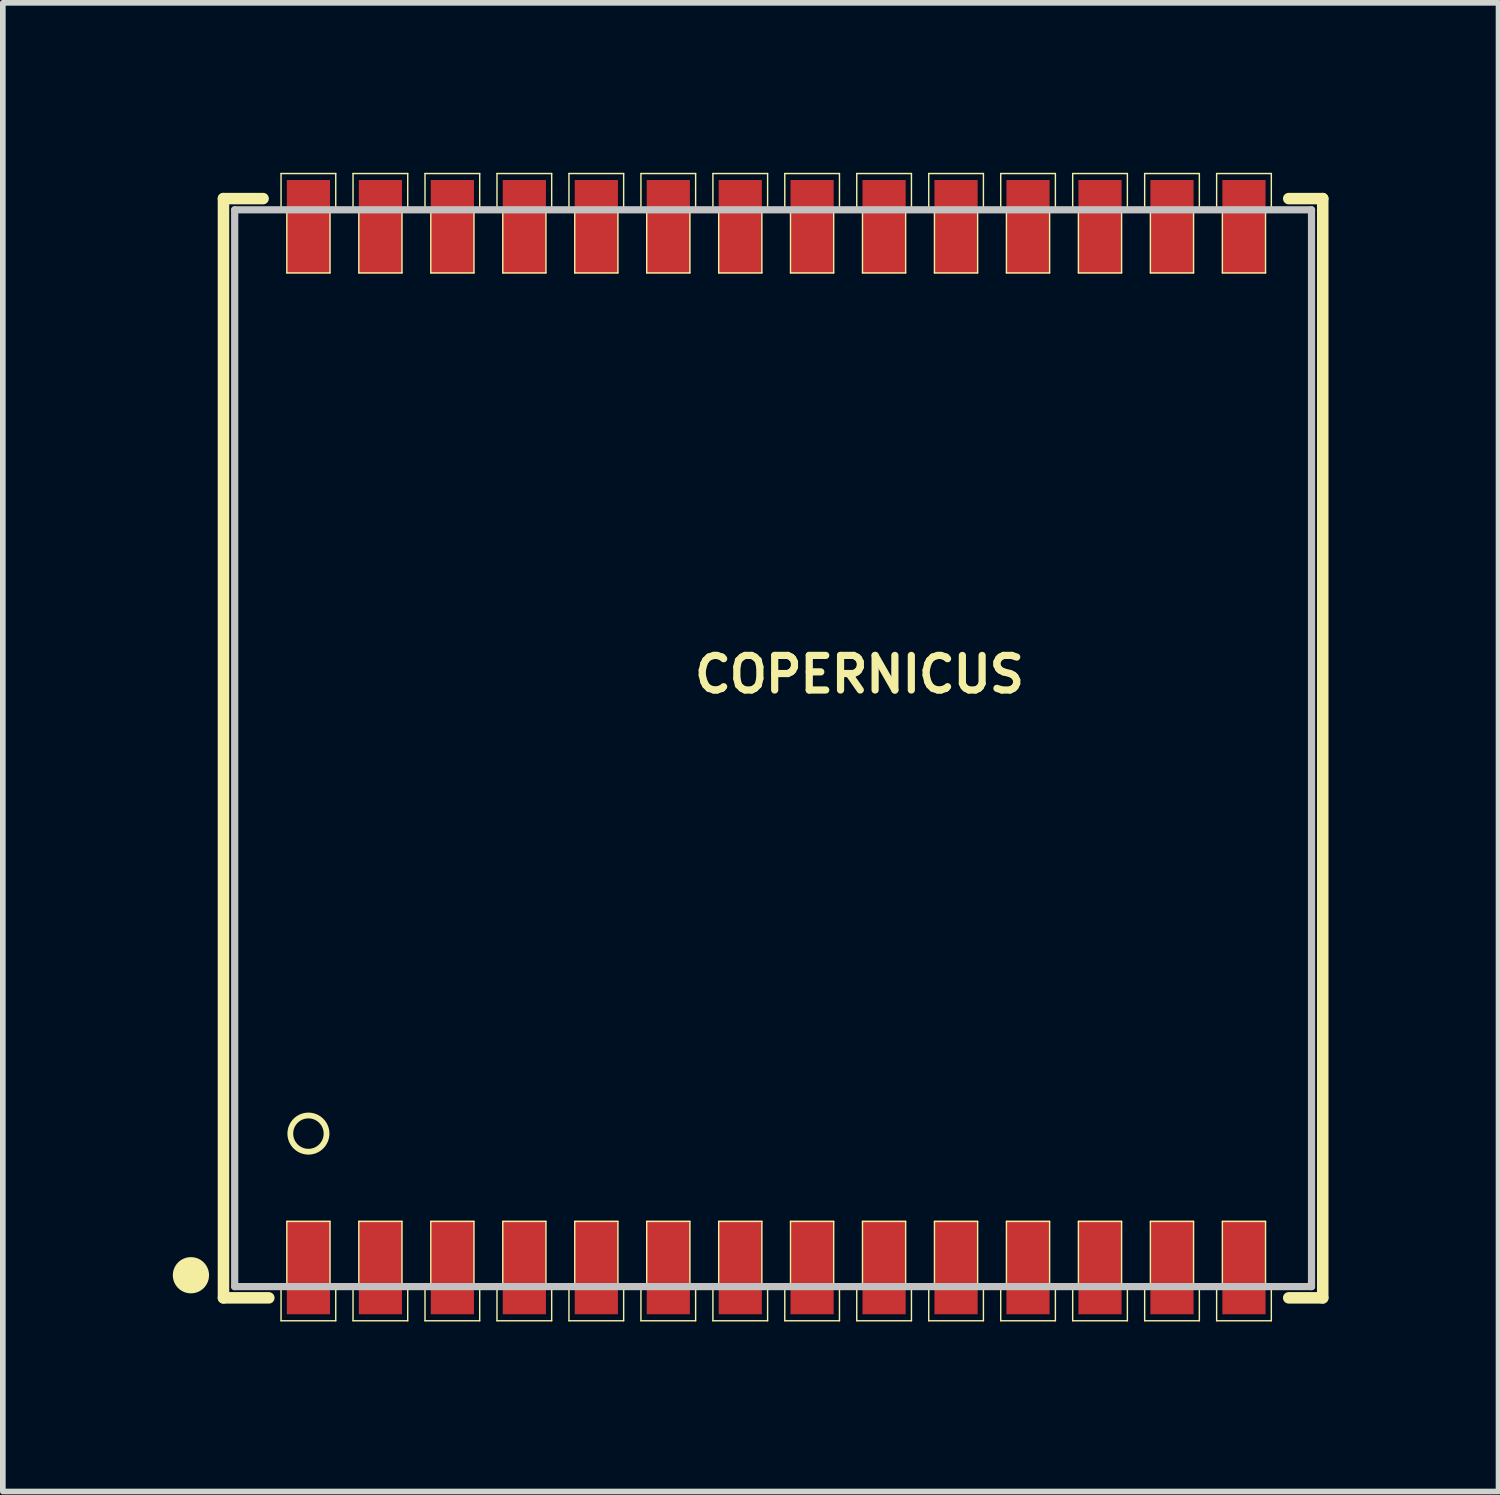
<source format=kicad_pcb>
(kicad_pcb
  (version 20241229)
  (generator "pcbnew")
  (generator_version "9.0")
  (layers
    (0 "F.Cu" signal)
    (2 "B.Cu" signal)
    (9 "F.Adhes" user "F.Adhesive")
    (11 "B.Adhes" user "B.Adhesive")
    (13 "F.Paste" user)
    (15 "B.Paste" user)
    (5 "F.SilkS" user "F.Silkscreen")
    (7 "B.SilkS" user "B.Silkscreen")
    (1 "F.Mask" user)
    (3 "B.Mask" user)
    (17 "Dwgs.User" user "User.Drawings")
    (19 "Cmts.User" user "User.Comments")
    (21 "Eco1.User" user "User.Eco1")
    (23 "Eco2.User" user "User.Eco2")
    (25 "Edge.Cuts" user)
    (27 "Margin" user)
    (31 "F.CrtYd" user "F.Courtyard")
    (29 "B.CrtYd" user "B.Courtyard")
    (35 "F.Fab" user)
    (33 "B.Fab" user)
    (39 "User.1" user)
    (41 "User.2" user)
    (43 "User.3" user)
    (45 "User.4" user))
  (footprint "COPERNICUS"
    (layer "F.Cu")
    (at 10.591 10.152)
    (property "Reference" "COPERNICUS" (at 1.524 -1.303 0) (layer "F.SilkS") (effects (font (size 0.61 0.61) (thickness 0.127))))
    (attr smd)
    (fp_line (start -9.698 -9.698) (end -9.698 9.698) (stroke (width 0.203) (type solid)) (layer "F.SilkS"))
    (fp_line (start -9.698 9.698) (end -8.898 9.698) (stroke (width 0.203) (type solid)) (layer "F.SilkS"))
    (fp_line (start -8.999 -9.698) (end -9.698 -9.698) (stroke (width 0.203) (type solid)) (layer "F.SilkS"))
    (fp_line (start -8.682 -10.14) (end -7.717 -10.14) (stroke (width 0.025) (type solid)) (layer "F.SilkS"))
    (fp_line (start -8.682 -9.53) (end -8.682 -10.14) (stroke (width 0.025) (type solid)) (layer "F.SilkS"))
    (fp_line (start -8.682 9.492) (end -8.58 9.492) (stroke (width 0.025) (type solid)) (layer "F.SilkS"))
    (fp_line (start -8.682 10.102) (end -8.682 9.492) (stroke (width 0.025) (type solid)) (layer "F.SilkS"))
    (fp_line (start -8.58 -9.53) (end -8.682 -9.53) (stroke (width 0.025) (type solid)) (layer "F.SilkS"))
    (fp_line (start -8.58 -8.387) (end -8.58 -9.53) (stroke (width 0.025) (type solid)) (layer "F.SilkS"))
    (fp_line (start -8.58 8.349) (end -7.818 8.349) (stroke (width 0.025) (type solid)) (layer "F.SilkS"))
    (fp_line (start -8.58 9.492) (end -8.58 8.349) (stroke (width 0.025) (type solid)) (layer "F.SilkS"))
    (fp_line (start -7.818 -9.53) (end -7.818 -8.387) (stroke (width 0.025) (type solid)) (layer "F.SilkS"))
    (fp_line (start -7.818 -8.387) (end -8.58 -8.387) (stroke (width 0.025) (type solid)) (layer "F.SilkS"))
    (fp_line (start -7.818 8.349) (end -7.818 9.492) (stroke (width 0.025) (type solid)) (layer "F.SilkS"))
    (fp_line (start -7.818 9.492) (end -7.717 9.492) (stroke (width 0.025) (type solid)) (layer "F.SilkS"))
    (fp_line (start -7.717 -10.14) (end -7.717 -9.53) (stroke (width 0.025) (type solid)) (layer "F.SilkS"))
    (fp_line (start -7.717 -9.53) (end -7.818 -9.53) (stroke (width 0.025) (type solid)) (layer "F.SilkS"))
    (fp_line (start -7.717 9.492) (end -7.717 10.102) (stroke (width 0.025) (type solid)) (layer "F.SilkS"))
    (fp_line (start -7.717 10.102) (end -8.682 10.102) (stroke (width 0.025) (type solid)) (layer "F.SilkS"))
    (fp_line (start -7.412 -10.14) (end -6.447 -10.14) (stroke (width 0.025) (type solid)) (layer "F.SilkS"))
    (fp_line (start -7.412 -9.53) (end -7.412 -10.14) (stroke (width 0.025) (type solid)) (layer "F.SilkS"))
    (fp_line (start -7.412 9.492) (end -7.31 9.492) (stroke (width 0.025) (type solid)) (layer "F.SilkS"))
    (fp_line (start -7.412 10.102) (end -7.412 9.492) (stroke (width 0.025) (type solid)) (layer "F.SilkS"))
    (fp_line (start -7.31 -9.53) (end -7.412 -9.53) (stroke (width 0.025) (type solid)) (layer "F.SilkS"))
    (fp_line (start -7.31 -8.387) (end -7.31 -9.53) (stroke (width 0.025) (type solid)) (layer "F.SilkS"))
    (fp_line (start -7.31 8.349) (end -6.548 8.349) (stroke (width 0.025) (type solid)) (layer "F.SilkS"))
    (fp_line (start -7.31 9.492) (end -7.31 8.349) (stroke (width 0.025) (type solid)) (layer "F.SilkS"))
    (fp_line (start -6.548 -9.53) (end -6.548 -8.387) (stroke (width 0.025) (type solid)) (layer "F.SilkS"))
    (fp_line (start -6.548 -8.387) (end -7.31 -8.387) (stroke (width 0.025) (type solid)) (layer "F.SilkS"))
    (fp_line (start -6.548 8.349) (end -6.548 9.492) (stroke (width 0.025) (type solid)) (layer "F.SilkS"))
    (fp_line (start -6.548 9.492) (end -6.447 9.492) (stroke (width 0.025) (type solid)) (layer "F.SilkS"))
    (fp_line (start -6.447 -10.14) (end -6.447 -9.53) (stroke (width 0.025) (type solid)) (layer "F.SilkS"))
    (fp_line (start -6.447 -9.53) (end -6.548 -9.53) (stroke (width 0.025) (type solid)) (layer "F.SilkS"))
    (fp_line (start -6.447 9.492) (end -6.447 10.102) (stroke (width 0.025) (type solid)) (layer "F.SilkS"))
    (fp_line (start -6.447 10.102) (end -7.412 10.102) (stroke (width 0.025) (type solid)) (layer "F.SilkS"))
    (fp_line (start -6.142 -10.14) (end -5.177 -10.14) (stroke (width 0.025) (type solid)) (layer "F.SilkS"))
    (fp_line (start -6.142 -9.53) (end -6.142 -10.14) (stroke (width 0.025) (type solid)) (layer "F.SilkS"))
    (fp_line (start -6.142 9.492) (end -6.04 9.492) (stroke (width 0.025) (type solid)) (layer "F.SilkS"))
    (fp_line (start -6.142 10.102) (end -6.142 9.492) (stroke (width 0.025) (type solid)) (layer "F.SilkS"))
    (fp_line (start -6.04 -9.53) (end -6.142 -9.53) (stroke (width 0.025) (type solid)) (layer "F.SilkS"))
    (fp_line (start -6.04 -8.387) (end -6.04 -9.53) (stroke (width 0.025) (type solid)) (layer "F.SilkS"))
    (fp_line (start -6.04 8.349) (end -5.278 8.349) (stroke (width 0.025) (type solid)) (layer "F.SilkS"))
    (fp_line (start -6.04 9.492) (end -6.04 8.349) (stroke (width 0.025) (type solid)) (layer "F.SilkS"))
    (fp_line (start -5.278 -9.53) (end -5.278 -8.387) (stroke (width 0.025) (type solid)) (layer "F.SilkS"))
    (fp_line (start -5.278 -8.387) (end -6.04 -8.387) (stroke (width 0.025) (type solid)) (layer "F.SilkS"))
    (fp_line (start -5.278 8.349) (end -5.278 9.492) (stroke (width 0.025) (type solid)) (layer "F.SilkS"))
    (fp_line (start -5.278 9.492) (end -5.177 9.492) (stroke (width 0.025) (type solid)) (layer "F.SilkS"))
    (fp_line (start -5.177 -10.14) (end -5.177 -9.53) (stroke (width 0.025) (type solid)) (layer "F.SilkS"))
    (fp_line (start -5.177 -9.53) (end -5.278 -9.53) (stroke (width 0.025) (type solid)) (layer "F.SilkS"))
    (fp_line (start -5.177 9.492) (end -5.177 10.102) (stroke (width 0.025) (type solid)) (layer "F.SilkS"))
    (fp_line (start -5.177 10.102) (end -6.142 10.102) (stroke (width 0.025) (type solid)) (layer "F.SilkS"))
    (fp_line (start -4.872 -10.14) (end -3.907 -10.14) (stroke (width 0.025) (type solid)) (layer "F.SilkS"))
    (fp_line (start -4.872 -9.53) (end -4.872 -10.14) (stroke (width 0.025) (type solid)) (layer "F.SilkS"))
    (fp_line (start -4.872 9.492) (end -4.77 9.492) (stroke (width 0.025) (type solid)) (layer "F.SilkS"))
    (fp_line (start -4.872 10.102) (end -4.872 9.492) (stroke (width 0.025) (type solid)) (layer "F.SilkS"))
    (fp_line (start -4.77 -9.53) (end -4.872 -9.53) (stroke (width 0.025) (type solid)) (layer "F.SilkS"))
    (fp_line (start -4.77 -8.387) (end -4.77 -9.53) (stroke (width 0.025) (type solid)) (layer "F.SilkS"))
    (fp_line (start -4.77 8.349) (end -4.008 8.349) (stroke (width 0.025) (type solid)) (layer "F.SilkS"))
    (fp_line (start -4.77 9.492) (end -4.77 8.349) (stroke (width 0.025) (type solid)) (layer "F.SilkS"))
    (fp_line (start -4.008 -9.53) (end -4.008 -8.387) (stroke (width 0.025) (type solid)) (layer "F.SilkS"))
    (fp_line (start -4.008 -8.387) (end -4.77 -8.387) (stroke (width 0.025) (type solid)) (layer "F.SilkS"))
    (fp_line (start -4.008 8.349) (end -4.008 9.492) (stroke (width 0.025) (type solid)) (layer "F.SilkS"))
    (fp_line (start -4.008 9.492) (end -3.907 9.492) (stroke (width 0.025) (type solid)) (layer "F.SilkS"))
    (fp_line (start -3.907 -10.14) (end -3.907 -9.53) (stroke (width 0.025) (type solid)) (layer "F.SilkS"))
    (fp_line (start -3.907 -9.53) (end -4.008 -9.53) (stroke (width 0.025) (type solid)) (layer "F.SilkS"))
    (fp_line (start -3.907 9.492) (end -3.907 10.102) (stroke (width 0.025) (type solid)) (layer "F.SilkS"))
    (fp_line (start -3.907 10.102) (end -4.872 10.102) (stroke (width 0.025) (type solid)) (layer "F.SilkS"))
    (fp_line (start -3.602 -10.14) (end -2.637 -10.14) (stroke (width 0.025) (type solid)) (layer "F.SilkS"))
    (fp_line (start -3.602 -9.53) (end -3.602 -10.14) (stroke (width 0.025) (type solid)) (layer "F.SilkS"))
    (fp_line (start -3.602 9.492) (end -3.5 9.492) (stroke (width 0.025) (type solid)) (layer "F.SilkS"))
    (fp_line (start -3.602 10.102) (end -3.602 9.492) (stroke (width 0.025) (type solid)) (layer "F.SilkS"))
    (fp_line (start -3.5 -9.53) (end -3.602 -9.53) (stroke (width 0.025) (type solid)) (layer "F.SilkS"))
    (fp_line (start -3.5 -8.387) (end -3.5 -9.53) (stroke (width 0.025) (type solid)) (layer "F.SilkS"))
    (fp_line (start -3.5 8.349) (end -2.738 8.349) (stroke (width 0.025) (type solid)) (layer "F.SilkS"))
    (fp_line (start -3.5 9.492) (end -3.5 8.349) (stroke (width 0.025) (type solid)) (layer "F.SilkS"))
    (fp_line (start -2.738 -9.53) (end -2.738 -8.387) (stroke (width 0.025) (type solid)) (layer "F.SilkS"))
    (fp_line (start -2.738 -8.387) (end -3.5 -8.387) (stroke (width 0.025) (type solid)) (layer "F.SilkS"))
    (fp_line (start -2.738 8.349) (end -2.738 9.492) (stroke (width 0.025) (type solid)) (layer "F.SilkS"))
    (fp_line (start -2.738 9.492) (end -2.637 9.492) (stroke (width 0.025) (type solid)) (layer "F.SilkS"))
    (fp_line (start -2.637 -10.14) (end -2.637 -9.53) (stroke (width 0.025) (type solid)) (layer "F.SilkS"))
    (fp_line (start -2.637 -9.53) (end -2.738 -9.53) (stroke (width 0.025) (type solid)) (layer "F.SilkS"))
    (fp_line (start -2.637 9.492) (end -2.637 10.102) (stroke (width 0.025) (type solid)) (layer "F.SilkS"))
    (fp_line (start -2.637 10.102) (end -3.602 10.102) (stroke (width 0.025) (type solid)) (layer "F.SilkS"))
    (fp_line (start -2.332 -10.14) (end -1.367 -10.14) (stroke (width 0.025) (type solid)) (layer "F.SilkS"))
    (fp_line (start -2.332 -9.53) (end -2.332 -10.14) (stroke (width 0.025) (type solid)) (layer "F.SilkS"))
    (fp_line (start -2.332 9.492) (end -2.23 9.492) (stroke (width 0.025) (type solid)) (layer "F.SilkS"))
    (fp_line (start -2.332 10.102) (end -2.332 9.492) (stroke (width 0.025) (type solid)) (layer "F.SilkS"))
    (fp_line (start -2.23 -9.53) (end -2.332 -9.53) (stroke (width 0.025) (type solid)) (layer "F.SilkS"))
    (fp_line (start -2.23 -8.387) (end -2.23 -9.53) (stroke (width 0.025) (type solid)) (layer "F.SilkS"))
    (fp_line (start -2.23 8.349) (end -1.468 8.349) (stroke (width 0.025) (type solid)) (layer "F.SilkS"))
    (fp_line (start -2.23 9.492) (end -2.23 8.349) (stroke (width 0.025) (type solid)) (layer "F.SilkS"))
    (fp_line (start -1.468 -9.53) (end -1.468 -8.387) (stroke (width 0.025) (type solid)) (layer "F.SilkS"))
    (fp_line (start -1.468 -8.387) (end -2.23 -8.387) (stroke (width 0.025) (type solid)) (layer "F.SilkS"))
    (fp_line (start -1.468 8.349) (end -1.468 9.492) (stroke (width 0.025) (type solid)) (layer "F.SilkS"))
    (fp_line (start -1.468 9.492) (end -1.367 9.492) (stroke (width 0.025) (type solid)) (layer "F.SilkS"))
    (fp_line (start -1.367 -10.14) (end -1.367 -9.53) (stroke (width 0.025) (type solid)) (layer "F.SilkS"))
    (fp_line (start -1.367 -9.53) (end -1.468 -9.53) (stroke (width 0.025) (type solid)) (layer "F.SilkS"))
    (fp_line (start -1.367 9.492) (end -1.367 10.102) (stroke (width 0.025) (type solid)) (layer "F.SilkS"))
    (fp_line (start -1.367 10.102) (end -2.332 10.102) (stroke (width 0.025) (type solid)) (layer "F.SilkS"))
    (fp_line (start -1.062 -10.14) (end -0.097 -10.14) (stroke (width 0.025) (type solid)) (layer "F.SilkS"))
    (fp_line (start -1.062 -9.53) (end -1.062 -10.14) (stroke (width 0.025) (type solid)) (layer "F.SilkS"))
    (fp_line (start -1.062 9.492) (end -0.96 9.492) (stroke (width 0.025) (type solid)) (layer "F.SilkS"))
    (fp_line (start -1.062 10.102) (end -1.062 9.492) (stroke (width 0.025) (type solid)) (layer "F.SilkS"))
    (fp_line (start -0.96 -9.53) (end -1.062 -9.53) (stroke (width 0.025) (type solid)) (layer "F.SilkS"))
    (fp_line (start -0.96 -8.387) (end -0.96 -9.53) (stroke (width 0.025) (type solid)) (layer "F.SilkS"))
    (fp_line (start -0.96 8.349) (end -0.198 8.349) (stroke (width 0.025) (type solid)) (layer "F.SilkS"))
    (fp_line (start -0.96 9.492) (end -0.96 8.349) (stroke (width 0.025) (type solid)) (layer "F.SilkS"))
    (fp_line (start -0.198 -9.53) (end -0.198 -8.387) (stroke (width 0.025) (type solid)) (layer "F.SilkS"))
    (fp_line (start -0.198 -8.387) (end -0.96 -8.387) (stroke (width 0.025) (type solid)) (layer "F.SilkS"))
    (fp_line (start -0.198 8.349) (end -0.198 9.492) (stroke (width 0.025) (type solid)) (layer "F.SilkS"))
    (fp_line (start -0.198 9.492) (end -0.097 9.492) (stroke (width 0.025) (type solid)) (layer "F.SilkS"))
    (fp_line (start -0.097 -10.14) (end -0.097 -9.53) (stroke (width 0.025) (type solid)) (layer "F.SilkS"))
    (fp_line (start -0.097 -9.53) (end -0.198 -9.53) (stroke (width 0.025) (type solid)) (layer "F.SilkS"))
    (fp_line (start -0.097 9.492) (end -0.097 10.102) (stroke (width 0.025) (type solid)) (layer "F.SilkS"))
    (fp_line (start -0.097 10.102) (end -1.062 10.102) (stroke (width 0.025) (type solid)) (layer "F.SilkS"))
    (fp_line (start 0.206 -10.14) (end 1.171 -10.14) (stroke (width 0.025) (type solid)) (layer "F.SilkS"))
    (fp_line (start 0.206 -9.53) (end 0.206 -10.14) (stroke (width 0.025) (type solid)) (layer "F.SilkS"))
    (fp_line (start 0.206 9.492) (end 0.307 9.492) (stroke (width 0.025) (type solid)) (layer "F.SilkS"))
    (fp_line (start 0.206 10.102) (end 0.206 9.492) (stroke (width 0.025) (type solid)) (layer "F.SilkS"))
    (fp_line (start 0.307 -9.53) (end 0.206 -9.53) (stroke (width 0.025) (type solid)) (layer "F.SilkS"))
    (fp_line (start 0.307 -8.387) (end 0.307 -9.53) (stroke (width 0.025) (type solid)) (layer "F.SilkS"))
    (fp_line (start 0.307 8.349) (end 1.069 8.349) (stroke (width 0.025) (type solid)) (layer "F.SilkS"))
    (fp_line (start 0.307 9.492) (end 0.307 8.349) (stroke (width 0.025) (type solid)) (layer "F.SilkS"))
    (fp_line (start 1.069 -9.53) (end 1.069 -8.387) (stroke (width 0.025) (type solid)) (layer "F.SilkS"))
    (fp_line (start 1.069 -8.387) (end 0.307 -8.387) (stroke (width 0.025) (type solid)) (layer "F.SilkS"))
    (fp_line (start 1.069 8.349) (end 1.069 9.492) (stroke (width 0.025) (type solid)) (layer "F.SilkS"))
    (fp_line (start 1.069 9.492) (end 1.171 9.492) (stroke (width 0.025) (type solid)) (layer "F.SilkS"))
    (fp_line (start 1.171 -10.14) (end 1.171 -9.53) (stroke (width 0.025) (type solid)) (layer "F.SilkS"))
    (fp_line (start 1.171 -9.53) (end 1.069 -9.53) (stroke (width 0.025) (type solid)) (layer "F.SilkS"))
    (fp_line (start 1.171 9.492) (end 1.171 10.102) (stroke (width 0.025) (type solid)) (layer "F.SilkS"))
    (fp_line (start 1.171 10.102) (end 0.206 10.102) (stroke (width 0.025) (type solid)) (layer "F.SilkS"))
    (fp_line (start 1.476 -10.14) (end 2.441 -10.14) (stroke (width 0.025) (type solid)) (layer "F.SilkS"))
    (fp_line (start 1.476 -9.53) (end 1.476 -10.14) (stroke (width 0.025) (type solid)) (layer "F.SilkS"))
    (fp_line (start 1.476 9.492) (end 1.577 9.492) (stroke (width 0.025) (type solid)) (layer "F.SilkS"))
    (fp_line (start 1.476 10.102) (end 1.476 9.492) (stroke (width 0.025) (type solid)) (layer "F.SilkS"))
    (fp_line (start 1.577 -9.53) (end 1.476 -9.53) (stroke (width 0.025) (type solid)) (layer "F.SilkS"))
    (fp_line (start 1.577 -8.387) (end 1.577 -9.53) (stroke (width 0.025) (type solid)) (layer "F.SilkS"))
    (fp_line (start 1.577 8.349) (end 2.339 8.349) (stroke (width 0.025) (type solid)) (layer "F.SilkS"))
    (fp_line (start 1.577 9.492) (end 1.577 8.349) (stroke (width 0.025) (type solid)) (layer "F.SilkS"))
    (fp_line (start 2.339 -9.53) (end 2.339 -8.387) (stroke (width 0.025) (type solid)) (layer "F.SilkS"))
    (fp_line (start 2.339 -8.387) (end 1.577 -8.387) (stroke (width 0.025) (type solid)) (layer "F.SilkS"))
    (fp_line (start 2.339 8.349) (end 2.339 9.492) (stroke (width 0.025) (type solid)) (layer "F.SilkS"))
    (fp_line (start 2.339 9.492) (end 2.441 9.492) (stroke (width 0.025) (type solid)) (layer "F.SilkS"))
    (fp_line (start 2.441 -10.14) (end 2.441 -9.53) (stroke (width 0.025) (type solid)) (layer "F.SilkS"))
    (fp_line (start 2.441 -9.53) (end 2.339 -9.53) (stroke (width 0.025) (type solid)) (layer "F.SilkS"))
    (fp_line (start 2.441 9.492) (end 2.441 10.102) (stroke (width 0.025) (type solid)) (layer "F.SilkS"))
    (fp_line (start 2.441 10.102) (end 1.476 10.102) (stroke (width 0.025) (type solid)) (layer "F.SilkS"))
    (fp_line (start 2.746 -10.14) (end 3.711 -10.14) (stroke (width 0.025) (type solid)) (layer "F.SilkS"))
    (fp_line (start 2.746 -9.53) (end 2.746 -10.14) (stroke (width 0.025) (type solid)) (layer "F.SilkS"))
    (fp_line (start 2.746 9.492) (end 2.847 9.492) (stroke (width 0.025) (type solid)) (layer "F.SilkS"))
    (fp_line (start 2.746 10.102) (end 2.746 9.492) (stroke (width 0.025) (type solid)) (layer "F.SilkS"))
    (fp_line (start 2.847 -9.53) (end 2.746 -9.53) (stroke (width 0.025) (type solid)) (layer "F.SilkS"))
    (fp_line (start 2.847 -8.387) (end 2.847 -9.53) (stroke (width 0.025) (type solid)) (layer "F.SilkS"))
    (fp_line (start 2.847 8.349) (end 3.609 8.349) (stroke (width 0.025) (type solid)) (layer "F.SilkS"))
    (fp_line (start 2.847 9.492) (end 2.847 8.349) (stroke (width 0.025) (type solid)) (layer "F.SilkS"))
    (fp_line (start 3.609 -9.53) (end 3.609 -8.387) (stroke (width 0.025) (type solid)) (layer "F.SilkS"))
    (fp_line (start 3.609 -8.387) (end 2.847 -8.387) (stroke (width 0.025) (type solid)) (layer "F.SilkS"))
    (fp_line (start 3.609 8.349) (end 3.609 9.492) (stroke (width 0.025) (type solid)) (layer "F.SilkS"))
    (fp_line (start 3.609 9.492) (end 3.711 9.492) (stroke (width 0.025) (type solid)) (layer "F.SilkS"))
    (fp_line (start 3.711 -10.14) (end 3.711 -9.53) (stroke (width 0.025) (type solid)) (layer "F.SilkS"))
    (fp_line (start 3.711 -9.53) (end 3.609 -9.53) (stroke (width 0.025) (type solid)) (layer "F.SilkS"))
    (fp_line (start 3.711 9.492) (end 3.711 10.102) (stroke (width 0.025) (type solid)) (layer "F.SilkS"))
    (fp_line (start 3.711 10.102) (end 2.746 10.102) (stroke (width 0.025) (type solid)) (layer "F.SilkS"))
    (fp_line (start 4.016 -10.14) (end 4.981 -10.14) (stroke (width 0.025) (type solid)) (layer "F.SilkS"))
    (fp_line (start 4.016 -9.53) (end 4.016 -10.14) (stroke (width 0.025) (type solid)) (layer "F.SilkS"))
    (fp_line (start 4.016 9.492) (end 4.117 9.492) (stroke (width 0.025) (type solid)) (layer "F.SilkS"))
    (fp_line (start 4.016 10.102) (end 4.016 9.492) (stroke (width 0.025) (type solid)) (layer "F.SilkS"))
    (fp_line (start 4.117 -9.53) (end 4.016 -9.53) (stroke (width 0.025) (type solid)) (layer "F.SilkS"))
    (fp_line (start 4.117 -8.387) (end 4.117 -9.53) (stroke (width 0.025) (type solid)) (layer "F.SilkS"))
    (fp_line (start 4.117 8.349) (end 4.879 8.349) (stroke (width 0.025) (type solid)) (layer "F.SilkS"))
    (fp_line (start 4.117 9.492) (end 4.117 8.349) (stroke (width 0.025) (type solid)) (layer "F.SilkS"))
    (fp_line (start 4.879 -9.53) (end 4.879 -8.387) (stroke (width 0.025) (type solid)) (layer "F.SilkS"))
    (fp_line (start 4.879 -8.387) (end 4.117 -8.387) (stroke (width 0.025) (type solid)) (layer "F.SilkS"))
    (fp_line (start 4.879 8.349) (end 4.879 9.492) (stroke (width 0.025) (type solid)) (layer "F.SilkS"))
    (fp_line (start 4.879 9.492) (end 4.981 9.492) (stroke (width 0.025) (type solid)) (layer "F.SilkS"))
    (fp_line (start 4.981 -10.14) (end 4.981 -9.53) (stroke (width 0.025) (type solid)) (layer "F.SilkS"))
    (fp_line (start 4.981 -9.53) (end 4.879 -9.53) (stroke (width 0.025) (type solid)) (layer "F.SilkS"))
    (fp_line (start 4.981 9.492) (end 4.981 10.102) (stroke (width 0.025) (type solid)) (layer "F.SilkS"))
    (fp_line (start 4.981 10.102) (end 4.016 10.102) (stroke (width 0.025) (type solid)) (layer "F.SilkS"))
    (fp_line (start 5.286 -10.14) (end 6.251 -10.14) (stroke (width 0.025) (type solid)) (layer "F.SilkS"))
    (fp_line (start 5.286 -9.53) (end 5.286 -10.14) (stroke (width 0.025) (type solid)) (layer "F.SilkS"))
    (fp_line (start 5.286 9.492) (end 5.387 9.492) (stroke (width 0.025) (type solid)) (layer "F.SilkS"))
    (fp_line (start 5.286 10.102) (end 5.286 9.492) (stroke (width 0.025) (type solid)) (layer "F.SilkS"))
    (fp_line (start 5.387 -9.53) (end 5.286 -9.53) (stroke (width 0.025) (type solid)) (layer "F.SilkS"))
    (fp_line (start 5.387 -8.387) (end 5.387 -9.53) (stroke (width 0.025) (type solid)) (layer "F.SilkS"))
    (fp_line (start 5.387 8.349) (end 6.149 8.349) (stroke (width 0.025) (type solid)) (layer "F.SilkS"))
    (fp_line (start 5.387 9.492) (end 5.387 8.349) (stroke (width 0.025) (type solid)) (layer "F.SilkS"))
    (fp_line (start 6.149 -9.53) (end 6.149 -8.387) (stroke (width 0.025) (type solid)) (layer "F.SilkS"))
    (fp_line (start 6.149 -8.387) (end 5.387 -8.387) (stroke (width 0.025) (type solid)) (layer "F.SilkS"))
    (fp_line (start 6.149 8.349) (end 6.149 9.492) (stroke (width 0.025) (type solid)) (layer "F.SilkS"))
    (fp_line (start 6.149 9.492) (end 6.251 9.492) (stroke (width 0.025) (type solid)) (layer "F.SilkS"))
    (fp_line (start 6.251 -10.14) (end 6.251 -9.53) (stroke (width 0.025) (type solid)) (layer "F.SilkS"))
    (fp_line (start 6.251 -9.53) (end 6.149 -9.53) (stroke (width 0.025) (type solid)) (layer "F.SilkS"))
    (fp_line (start 6.251 9.492) (end 6.251 10.102) (stroke (width 0.025) (type solid)) (layer "F.SilkS"))
    (fp_line (start 6.251 10.102) (end 5.286 10.102) (stroke (width 0.025) (type solid)) (layer "F.SilkS"))
    (fp_line (start 6.556 -10.14) (end 7.521 -10.14) (stroke (width 0.025) (type solid)) (layer "F.SilkS"))
    (fp_line (start 6.556 -9.53) (end 6.556 -10.14) (stroke (width 0.025) (type solid)) (layer "F.SilkS"))
    (fp_line (start 6.556 9.492) (end 6.657 9.492) (stroke (width 0.025) (type solid)) (layer "F.SilkS"))
    (fp_line (start 6.556 10.102) (end 6.556 9.492) (stroke (width 0.025) (type solid)) (layer "F.SilkS"))
    (fp_line (start 6.657 -9.53) (end 6.556 -9.53) (stroke (width 0.025) (type solid)) (layer "F.SilkS"))
    (fp_line (start 6.657 -8.387) (end 6.657 -9.53) (stroke (width 0.025) (type solid)) (layer "F.SilkS"))
    (fp_line (start 6.657 8.349) (end 7.419 8.349) (stroke (width 0.025) (type solid)) (layer "F.SilkS"))
    (fp_line (start 6.657 9.492) (end 6.657 8.349) (stroke (width 0.025) (type solid)) (layer "F.SilkS"))
    (fp_line (start 7.419 -9.53) (end 7.419 -8.387) (stroke (width 0.025) (type solid)) (layer "F.SilkS"))
    (fp_line (start 7.419 -8.387) (end 6.657 -8.387) (stroke (width 0.025) (type solid)) (layer "F.SilkS"))
    (fp_line (start 7.419 8.349) (end 7.419 9.492) (stroke (width 0.025) (type solid)) (layer "F.SilkS"))
    (fp_line (start 7.419 9.492) (end 7.521 9.492) (stroke (width 0.025) (type solid)) (layer "F.SilkS"))
    (fp_line (start 7.521 -10.14) (end 7.521 -9.53) (stroke (width 0.025) (type solid)) (layer "F.SilkS"))
    (fp_line (start 7.521 -9.53) (end 7.419 -9.53) (stroke (width 0.025) (type solid)) (layer "F.SilkS"))
    (fp_line (start 7.521 9.492) (end 7.521 10.102) (stroke (width 0.025) (type solid)) (layer "F.SilkS"))
    (fp_line (start 7.521 10.102) (end 6.556 10.102) (stroke (width 0.025) (type solid)) (layer "F.SilkS"))
    (fp_line (start 7.826 -10.14) (end 8.791 -10.14) (stroke (width 0.025) (type solid)) (layer "F.SilkS"))
    (fp_line (start 7.826 -9.53) (end 7.826 -10.14) (stroke (width 0.025) (type solid)) (layer "F.SilkS"))
    (fp_line (start 7.826 9.492) (end 7.927 9.492) (stroke (width 0.025) (type solid)) (layer "F.SilkS"))
    (fp_line (start 7.826 10.102) (end 7.826 9.492) (stroke (width 0.025) (type solid)) (layer "F.SilkS"))
    (fp_line (start 7.927 -9.53) (end 7.826 -9.53) (stroke (width 0.025) (type solid)) (layer "F.SilkS"))
    (fp_line (start 7.927 -8.387) (end 7.927 -9.53) (stroke (width 0.025) (type solid)) (layer "F.SilkS"))
    (fp_line (start 7.927 8.349) (end 8.689 8.349) (stroke (width 0.025) (type solid)) (layer "F.SilkS"))
    (fp_line (start 7.927 9.492) (end 7.927 8.349) (stroke (width 0.025) (type solid)) (layer "F.SilkS"))
    (fp_line (start 8.689 -9.53) (end 8.689 -8.387) (stroke (width 0.025) (type solid)) (layer "F.SilkS"))
    (fp_line (start 8.689 -8.387) (end 7.927 -8.387) (stroke (width 0.025) (type solid)) (layer "F.SilkS"))
    (fp_line (start 8.689 8.349) (end 8.689 9.492) (stroke (width 0.025) (type solid)) (layer "F.SilkS"))
    (fp_line (start 8.689 9.492) (end 8.791 9.492) (stroke (width 0.025) (type solid)) (layer "F.SilkS"))
    (fp_line (start 8.791 -10.14) (end 8.791 -9.53) (stroke (width 0.025) (type solid)) (layer "F.SilkS"))
    (fp_line (start 8.791 -9.53) (end 8.689 -9.53) (stroke (width 0.025) (type solid)) (layer "F.SilkS"))
    (fp_line (start 8.791 9.492) (end 8.791 10.102) (stroke (width 0.025) (type solid)) (layer "F.SilkS"))
    (fp_line (start 8.791 10.102) (end 7.826 10.102) (stroke (width 0.025) (type solid)) (layer "F.SilkS"))
    (fp_line (start 9.098 9.698) (end 9.698 9.698) (stroke (width 0.203) (type solid)) (layer "F.SilkS"))
    (fp_line (start 9.698 -9.698) (end 9.098 -9.698) (stroke (width 0.203) (type solid)) (layer "F.SilkS"))
    (fp_line (start 9.698 -9.698) (end 9.698 9.698) (stroke (width 0.203) (type solid)) (layer "F.SilkS"))
    (fp_circle (center -10.272 9.299) (end -10.498 9.525) (stroke (width 0) (type solid)) (fill yes) (layer "F.SilkS"))
    (fp_circle (center -8.199 6.8) (end -8.425 7.026) (stroke (width 0.102) (type solid)) (fill no) (layer "F.SilkS"))
    (fp_line (start -9.5 -9.5) (end -9.5 9.5) (stroke (width 0.127) (type solid)) (layer "Dwgs.User"))
    (fp_line (start -9.5 -9.5) (end 9.5 -9.5) (stroke (width 0.127) (type solid)) (layer "Dwgs.User"))
    (fp_line (start -9.5 9.5) (end 9.5 9.5) (stroke (width 0.127) (type solid)) (layer "Dwgs.User"))
    (fp_line (start 9.5 -9.5) (end 9.5 9.5) (stroke (width 0.127) (type solid)) (layer "Dwgs.User"))
    (pad "1" smd rect (at -8.199 9.162 180) (size 0.762 1.651) (layers "F.Cu" "F.Mask" "F.Paste"))
    (pad "2" smd rect (at -6.929 9.162 180) (size 0.762 1.651) (layers "F.Cu" "F.Mask" "F.Paste"))
    (pad "3" smd rect (at -5.659 9.162 180) (size 0.762 1.651) (layers "F.Cu" "F.Mask" "F.Paste"))
    (pad "4" smd rect (at -4.389 9.162 180) (size 0.762 1.651) (layers "F.Cu" "F.Mask" "F.Paste"))
    (pad "5" smd rect (at -3.119 9.162 180) (size 0.762 1.651) (layers "F.Cu" "F.Mask" "F.Paste"))
    (pad "6" smd rect (at -1.849 9.162 180) (size 0.762 1.651) (layers "F.Cu" "F.Mask" "F.Paste"))
    (pad "7" smd rect (at -0.579 9.162 180) (size 0.762 1.651) (layers "F.Cu" "F.Mask" "F.Paste"))
    (pad "8" smd rect (at 0.688 9.162 180) (size 0.762 1.651) (layers "F.Cu" "F.Mask" "F.Paste"))
    (pad "9" smd rect (at 1.958 9.162 180) (size 0.762 1.651) (layers "F.Cu" "F.Mask" "F.Paste"))
    (pad "10" smd rect (at 3.228 9.162 180) (size 0.762 1.651) (layers "F.Cu" "F.Mask" "F.Paste"))
    (pad "11" smd rect (at 4.498 9.162 180) (size 0.762 1.651) (layers "F.Cu" "F.Mask" "F.Paste"))
    (pad "12" smd rect (at 5.768 9.162 180) (size 0.762 1.651) (layers "F.Cu" "F.Mask" "F.Paste"))
    (pad "13" smd rect (at 7.038 9.162 180) (size 0.762 1.651) (layers "F.Cu" "F.Mask" "F.Paste"))
    (pad "14" smd rect (at 8.308 9.162 180) (size 0.762 1.651) (layers "F.Cu" "F.Mask" "F.Paste"))
    (pad "15" smd rect (at 8.308 -9.2 180) (size 0.762 1.651) (layers "F.Cu" "F.Mask" "F.Paste"))
    (pad "16" smd rect (at 7.038 -9.2 180) (size 0.762 1.651) (layers "F.Cu" "F.Mask" "F.Paste"))
    (pad "17" smd rect (at 5.768 -9.2 180) (size 0.762 1.651) (layers "F.Cu" "F.Mask" "F.Paste"))
    (pad "18" smd rect (at 4.498 -9.2 180) (size 0.762 1.651) (layers "F.Cu" "F.Mask" "F.Paste"))
    (pad "19" smd rect (at 3.228 -9.2 180) (size 0.762 1.651) (layers "F.Cu" "F.Mask" "F.Paste"))
    (pad "20" smd rect (at 1.958 -9.2 180) (size 0.762 1.651) (layers "F.Cu" "F.Mask" "F.Paste"))
    (pad "21" smd rect (at 0.688 -9.2 180) (size 0.762 1.651) (layers "F.Cu" "F.Mask" "F.Paste"))
    (pad "22" smd rect (at -0.579 -9.2 180) (size 0.762 1.651) (layers "F.Cu" "F.Mask" "F.Paste"))
    (pad "23" smd rect (at -1.849 -9.2 180) (size 0.762 1.651) (layers "F.Cu" "F.Mask" "F.Paste"))
    (pad "24" smd rect (at -3.119 -9.2 180) (size 0.762 1.651) (layers "F.Cu" "F.Mask" "F.Paste"))
    (pad "25" smd rect (at -4.389 -9.2 180) (size 0.762 1.651) (layers "F.Cu" "F.Mask" "F.Paste"))
    (pad "26" smd rect (at -5.659 -9.2 180) (size 0.762 1.651) (layers "F.Cu" "F.Mask" "F.Paste"))
    (pad "27" smd rect (at -6.929 -9.2 180) (size 0.762 1.651) (layers "F.Cu" "F.Mask" "F.Paste"))
    (pad "28" smd rect (at -8.199 -9.2 180) (size 0.762 1.651) (layers "F.Cu" "F.Mask" "F.Paste")))
  (gr_rect
    (start -3 -3)
    (end 23.391 23.267)
    (stroke (width 0.1) (type default))
    (fill no)
    (layer "Edge.Cuts")))
</source>
